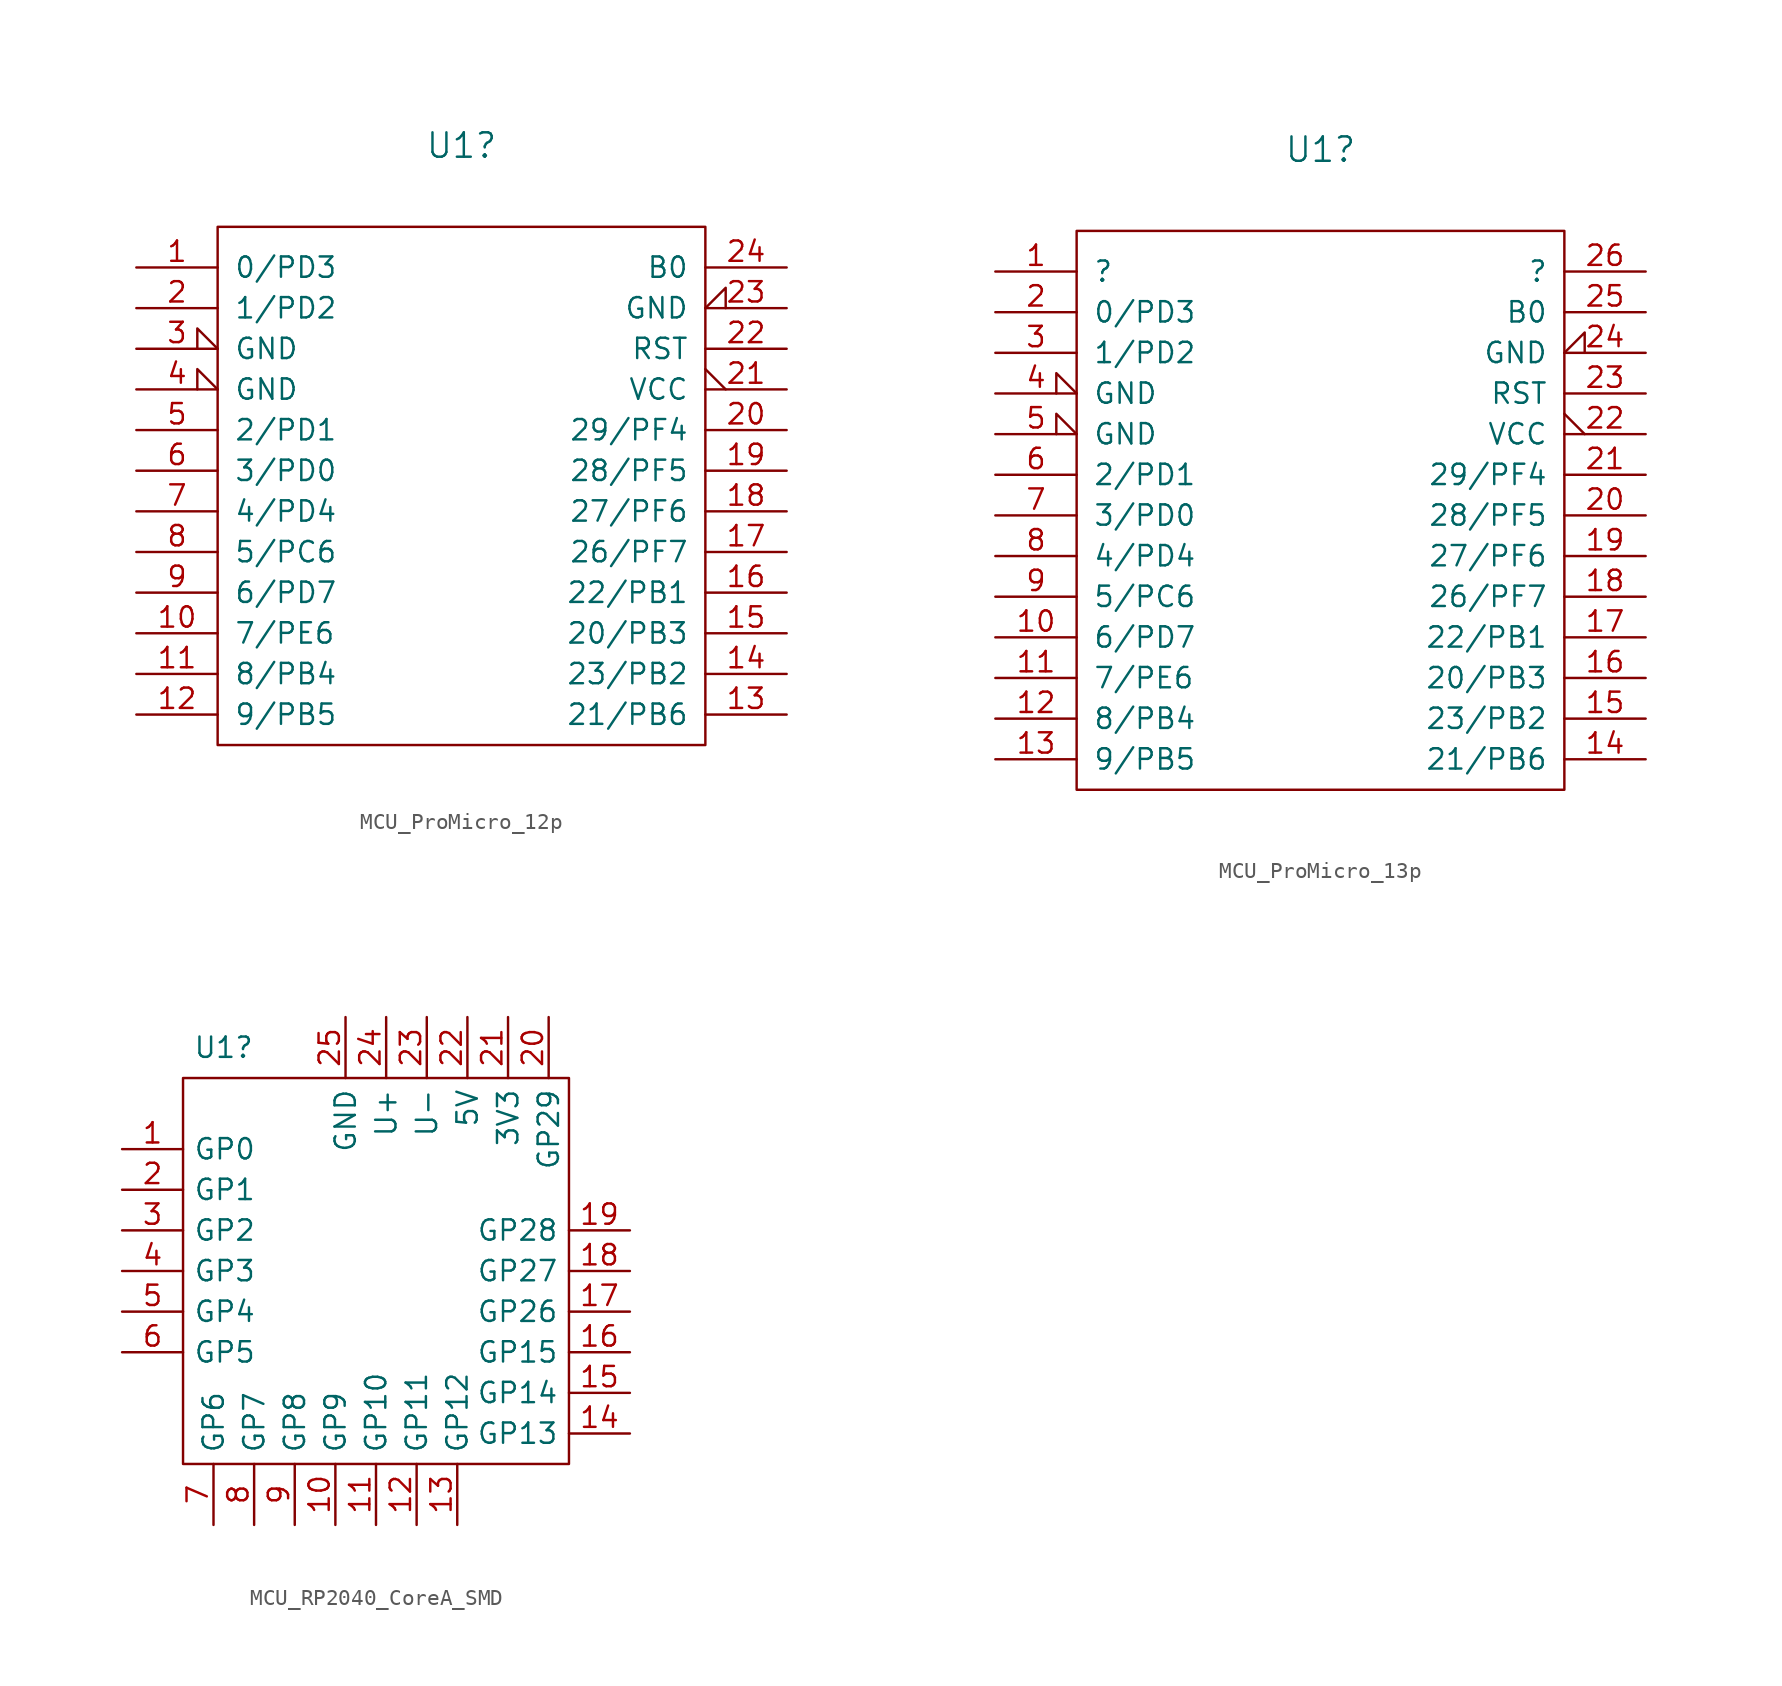
<source format=kicad_sym>
(kicad_symbol_lib
  (version 20241209)
  (generator "kicad_symbol_editor")
  (generator_version "9.0")
  (symbol "MCU_ProMicro_12p"
    (pin_names
      (offset 1.016))
    (property "Reference" "U1"
      (at 0 21.59 0)
      (effects (font (size 1.524 1.524))))
    (symbol "MCU_ProMicro_12p_0_1"
      (rectangle (start -15.24 16.51) (end 15.24 -15.875) (stroke (width 0) (type default)) (fill (type none))))
    (symbol "MCU_ProMicro_12p_1_1"
      (pin passive line (at -20.32 13.97 0) (length 5.08) (name "0/PD3" (effects (font (size 1.27 1.27)))) (number "1" (effects (font (size 1.27 1.27)))))
      (pin passive line (at -20.32 11.43 0) (length 5.08) (name "1/PD2" (effects (font (size 1.27 1.27)))) (number "2" (effects (font (size 1.27 1.27)))))
      (pin passive input_low (at -20.32 8.89 0) (length 5.08) (name "GND" (effects (font (size 1.27 1.27)))) (number "3" (effects (font (size 1.27 1.27)))))
      (pin passive input_low (at -20.32 6.35 0) (length 5.08) (name "GND" (effects (font (size 1.27 1.27)))) (number "4" (effects (font (size 1.27 1.27)))))
      (pin passive line (at -20.32 3.81 0) (length 5.08) (name "2/PD1" (effects (font (size 1.27 1.27)))) (number "5" (effects (font (size 1.27 1.27)))))
      (pin passive line (at -20.32 1.27 0) (length 5.08) (name "3/PD0" (effects (font (size 1.27 1.27)))) (number "6" (effects (font (size 1.27 1.27)))))
      (pin passive line (at -20.32 -1.27 0) (length 5.08) (name "4/PD4" (effects (font (size 1.27 1.27)))) (number "7" (effects (font (size 1.27 1.27)))))
      (pin passive line (at -20.32 -3.81 0) (length 5.08) (name "5/PC6" (effects (font (size 1.27 1.27)))) (number "8" (effects (font (size 1.27 1.27)))))
      (pin passive line (at -20.32 -6.35 0) (length 5.08) (name "6/PD7" (effects (font (size 1.27 1.27)))) (number "9" (effects (font (size 1.27 1.27)))))
      (pin passive line (at -20.32 -8.89 0) (length 5.08) (name "7/PE6" (effects (font (size 1.27 1.27)))) (number "10" (effects (font (size 1.27 1.27)))))
      (pin passive line (at -20.32 -11.43 0) (length 5.08) (name "8/PB4" (effects (font (size 1.27 1.27)))) (number "11" (effects (font (size 1.27 1.27)))))
      (pin passive line (at -20.32 -13.97 0) (length 5.08) (name "9/PB5" (effects (font (size 1.27 1.27)))) (number "12" (effects (font (size 1.27 1.27)))))
      (pin passive line (at 20.32 13.97 180) (length 5.08) (name "B0" (effects (font (size 1.27 1.27)))) (number "24" (effects (font (size 1.27 1.27)))))
      (pin passive input_low (at 20.32 11.43 180) (length 5.08) (name "GND" (effects (font (size 1.27 1.27)))) (number "23" (effects (font (size 1.27 1.27)))))
      (pin passive line (at 20.32 8.89 180) (length 5.08) (name "RST" (effects (font (size 1.27 1.27)))) (number "22" (effects (font (size 1.27 1.27)))))
      (pin passive output_low (at 20.32 6.35 180) (length 5.08) (name "VCC" (effects (font (size 1.27 1.27)))) (number "21" (effects (font (size 1.27 1.27)))))
      (pin passive line (at 20.32 3.81 180) (length 5.08) (name "29/PF4" (effects (font (size 1.27 1.27)))) (number "20" (effects (font (size 1.27 1.27)))))
      (pin passive line (at 20.32 1.27 180) (length 5.08) (name "28/PF5" (effects (font (size 1.27 1.27)))) (number "19" (effects (font (size 1.27 1.27)))))
      (pin passive line (at 20.32 -1.27 180) (length 5.08) (name "27/PF6" (effects (font (size 1.27 1.27)))) (number "18" (effects (font (size 1.27 1.27)))))
      (pin passive line (at 20.32 -3.81 180) (length 5.08) (name "26/PF7" (effects (font (size 1.27 1.27)))) (number "17" (effects (font (size 1.27 1.27)))))
      (pin passive line (at 20.32 -6.35 180) (length 5.08) (name "22/PB1" (effects (font (size 1.27 1.27)))) (number "16" (effects (font (size 1.27 1.27)))))
      (pin passive line (at 20.32 -8.89 180) (length 5.08) (name "20/PB3" (effects (font (size 1.27 1.27)))) (number "15" (effects (font (size 1.27 1.27)))))
      (pin passive line (at 20.32 -11.43 180) (length 5.08) (name "23/PB2" (effects (font (size 1.27 1.27)))) (number "14" (effects (font (size 1.27 1.27)))))
      (pin passive line (at 20.32 -13.97 180) (length 5.08) (name "21/PB6" (effects (font (size 1.27 1.27)))) (number "13" (effects (font (size 1.27 1.27)))))))
  (symbol "MCU_ProMicro_13p"
    (pin_names
      (offset 1.016))
    (property "Reference" "U1"
      (at 0 24.13 0)
      (effects (font (size 1.524 1.524))))
    (symbol "MCU_ProMicro_13p_0_1"
      (rectangle (start -15.24 19.05) (end 15.24 -15.875) (stroke (width 0) (type default)) (fill (type none))))
    (symbol "MCU_ProMicro_13p_1_1"
      (pin passive line (at -20.32 16.51 0) (length 5.08) (name "?" (effects (font (size 1.27 1.27)))) (number "1" (effects (font (size 1.27 1.27)))))
      (pin passive line (at -20.32 13.97 0) (length 5.08) (name "0/PD3" (effects (font (size 1.27 1.27)))) (number "2" (effects (font (size 1.27 1.27)))))
      (pin passive line (at -20.32 11.43 0) (length 5.08) (name "1/PD2" (effects (font (size 1.27 1.27)))) (number "3" (effects (font (size 1.27 1.27)))))
      (pin passive input_low (at -20.32 8.89 0) (length 5.08) (name "GND" (effects (font (size 1.27 1.27)))) (number "4" (effects (font (size 1.27 1.27)))))
      (pin passive input_low (at -20.32 6.35 0) (length 5.08) (name "GND" (effects (font (size 1.27 1.27)))) (number "5" (effects (font (size 1.27 1.27)))))
      (pin passive line (at -20.32 3.81 0) (length 5.08) (name "2/PD1" (effects (font (size 1.27 1.27)))) (number "6" (effects (font (size 1.27 1.27)))))
      (pin passive line (at -20.32 1.27 0) (length 5.08) (name "3/PD0" (effects (font (size 1.27 1.27)))) (number "7" (effects (font (size 1.27 1.27)))))
      (pin passive line (at -20.32 -1.27 0) (length 5.08) (name "4/PD4" (effects (font (size 1.27 1.27)))) (number "8" (effects (font (size 1.27 1.27)))))
      (pin passive line (at -20.32 -3.81 0) (length 5.08) (name "5/PC6" (effects (font (size 1.27 1.27)))) (number "9" (effects (font (size 1.27 1.27)))))
      (pin passive line (at -20.32 -6.35 0) (length 5.08) (name "6/PD7" (effects (font (size 1.27 1.27)))) (number "10" (effects (font (size 1.27 1.27)))))
      (pin passive line (at -20.32 -8.89 0) (length 5.08) (name "7/PE6" (effects (font (size 1.27 1.27)))) (number "11" (effects (font (size 1.27 1.27)))))
      (pin passive line (at -20.32 -11.43 0) (length 5.08) (name "8/PB4" (effects (font (size 1.27 1.27)))) (number "12" (effects (font (size 1.27 1.27)))))
      (pin passive line (at -20.32 -13.97 0) (length 5.08) (name "9/PB5" (effects (font (size 1.27 1.27)))) (number "13" (effects (font (size 1.27 1.27)))))
      (pin passive line (at 20.32 16.51 180) (length 5.08) (name "?" (effects (font (size 1.27 1.27)))) (number "26" (effects (font (size 1.27 1.27)))))
      (pin passive line (at 20.32 13.97 180) (length 5.08) (name "B0" (effects (font (size 1.27 1.27)))) (number "25" (effects (font (size 1.27 1.27)))))
      (pin passive input_low (at 20.32 11.43 180) (length 5.08) (name "GND" (effects (font (size 1.27 1.27)))) (number "24" (effects (font (size 1.27 1.27)))))
      (pin passive line (at 20.32 8.89 180) (length 5.08) (name "RST" (effects (font (size 1.27 1.27)))) (number "23" (effects (font (size 1.27 1.27)))))
      (pin passive output_low (at 20.32 6.35 180) (length 5.08) (name "VCC" (effects (font (size 1.27 1.27)))) (number "22" (effects (font (size 1.27 1.27)))))
      (pin passive line (at 20.32 3.81 180) (length 5.08) (name "29/PF4" (effects (font (size 1.27 1.27)))) (number "21" (effects (font (size 1.27 1.27)))))
      (pin passive line (at 20.32 1.27 180) (length 5.08) (name "28/PF5" (effects (font (size 1.27 1.27)))) (number "20" (effects (font (size 1.27 1.27)))))
      (pin passive line (at 20.32 -1.27 180) (length 5.08) (name "27/PF6" (effects (font (size 1.27 1.27)))) (number "19" (effects (font (size 1.27 1.27)))))
      (pin passive line (at 20.32 -3.81 180) (length 5.08) (name "26/PF7" (effects (font (size 1.27 1.27)))) (number "18" (effects (font (size 1.27 1.27)))))
      (pin passive line (at 20.32 -6.35 180) (length 5.08) (name "22/PB1" (effects (font (size 1.27 1.27)))) (number "17" (effects (font (size 1.27 1.27)))))
      (pin passive line (at 20.32 -8.89 180) (length 5.08) (name "20/PB3" (effects (font (size 1.27 1.27)))) (number "16" (effects (font (size 1.27 1.27)))))
      (pin passive line (at 20.32 -11.43 180) (length 5.08) (name "23/PB2" (effects (font (size 1.27 1.27)))) (number "15" (effects (font (size 1.27 1.27)))))
      (pin passive line (at 20.32 -13.97 180) (length 5.08) (name "21/PB6" (effects (font (size 1.27 1.27)))) (number "14" (effects (font (size 1.27 1.27)))))))
  (symbol "MCU_RP2040_CoreA_SMD"
    (pin_names
      (offset 0.635))
    (property "Reference" "U1"
      (at -9.525 13.97 0)
      (effects (font (size 1.27 1.27))))
    (symbol "MCU_RP2040_CoreA_SMD_0_1"
      (rectangle (start -12.065 12.065) (end 12.065 -12.065) (stroke (width 0) (type default)) (fill (type none))))
    (symbol "MCU_RP2040_CoreA_SMD_1_1"
      (pin passive line (at -15.875 7.62 0) (length 3.81) (name "GP0" (effects (font (size 1.27 1.27)))) (number "1" (effects (font (size 1.27 1.27)))))
      (pin passive line (at -15.875 5.08 0) (length 3.81) (name "GP1" (effects (font (size 1.27 1.27)))) (number "2" (effects (font (size 1.27 1.27)))))
      (pin passive line (at -15.875 2.54 0) (length 3.81) (name "GP2" (effects (font (size 1.27 1.27)))) (number "3" (effects (font (size 1.27 1.27)))))
      (pin passive line (at -15.875 0 0) (length 3.81) (name "GP3" (effects (font (size 1.27 1.27)))) (number "4" (effects (font (size 1.27 1.27)))))
      (pin passive line (at -15.875 -2.54 0) (length 3.81) (name "GP4" (effects (font (size 1.27 1.27)))) (number "5" (effects (font (size 1.27 1.27)))))
      (pin passive line (at -15.875 -5.08 0) (length 3.81) (name "GP5" (effects (font (size 1.27 1.27)))) (number "6" (effects (font (size 1.27 1.27)))))
      (pin passive line (at -10.16 -15.875 90) (length 3.81) (name "GP6" (effects (font (size 1.27 1.27)))) (number "7" (effects (font (size 1.27 1.27)))))
      (pin passive line (at -7.62 -15.875 90) (length 3.81) (name "GP7" (effects (font (size 1.27 1.27)))) (number "8" (effects (font (size 1.27 1.27)))))
      (pin passive line (at -5.08 -15.875 90) (length 3.81) (name "GP8" (effects (font (size 1.27 1.27)))) (number "9" (effects (font (size 1.27 1.27)))))
      (pin passive line (at -2.54 -15.875 90) (length 3.81) (name "GP9" (effects (font (size 1.27 1.27)))) (number "10" (effects (font (size 1.27 1.27)))))
      (pin passive line (at -1.905 15.875 270) (length 3.81) (name "GND" (effects (font (size 1.27 1.27)))) (number "25" (effects (font (size 1.27 1.27)))))
      (pin passive line (at 0 -15.875 90) (length 3.81) (name "GP10" (effects (font (size 1.27 1.27)))) (number "11" (effects (font (size 1.27 1.27)))))
      (pin passive line (at 0.635 15.875 270) (length 3.81) (name "U+" (effects (font (size 1.27 1.27)))) (number "24" (effects (font (size 1.27 1.27)))))
      (pin passive line (at 2.54 -15.875 90) (length 3.81) (name "GP11" (effects (font (size 1.27 1.27)))) (number "12" (effects (font (size 1.27 1.27)))))
      (pin passive line (at 3.175 15.875 270) (length 3.81) (name "U-" (effects (font (size 1.27 1.27)))) (number "23" (effects (font (size 1.27 1.27)))))
      (pin passive line (at 5.08 -15.875 90) (length 3.81) (name "GP12" (effects (font (size 1.27 1.27)))) (number "13" (effects (font (size 1.27 1.27)))))
      (pin passive line (at 5.715 15.875 270) (length 3.81) (name "5V" (effects (font (size 1.27 1.27)))) (number "22" (effects (font (size 1.27 1.27)))))
      (pin passive line (at 8.255 15.875 270) (length 3.81) (name "3V3" (effects (font (size 1.27 1.27)))) (number "21" (effects (font (size 1.27 1.27)))))
      (pin passive line (at 10.795 15.875 270) (length 3.81) (name "GP29" (effects (font (size 1.27 1.27)))) (number "20" (effects (font (size 1.27 1.27)))))
      (pin passive line (at 15.875 2.54 180) (length 3.81) (name "GP28" (effects (font (size 1.27 1.27)))) (number "19" (effects (font (size 1.27 1.27)))))
      (pin passive line (at 15.875 0 180) (length 3.81) (name "GP27" (effects (font (size 1.27 1.27)))) (number "18" (effects (font (size 1.27 1.27)))))
      (pin passive line (at 15.875 -2.54 180) (length 3.81) (name "GP26" (effects (font (size 1.27 1.27)))) (number "17" (effects (font (size 1.27 1.27)))))
      (pin passive line (at 15.875 -5.08 180) (length 3.81) (name "GP15" (effects (font (size 1.27 1.27)))) (number "16" (effects (font (size 1.27 1.27)))))
      (pin passive line (at 15.875 -7.62 180) (length 3.81) (name "GP14" (effects (font (size 1.27 1.27)))) (number "15" (effects (font (size 1.27 1.27)))))
      (pin passive line (at 15.875 -10.16 180) (length 3.81) (name "GP13" (effects (font (size 1.27 1.27)))) (number "14" (effects (font (size 1.27 1.27))))))))
</source>
